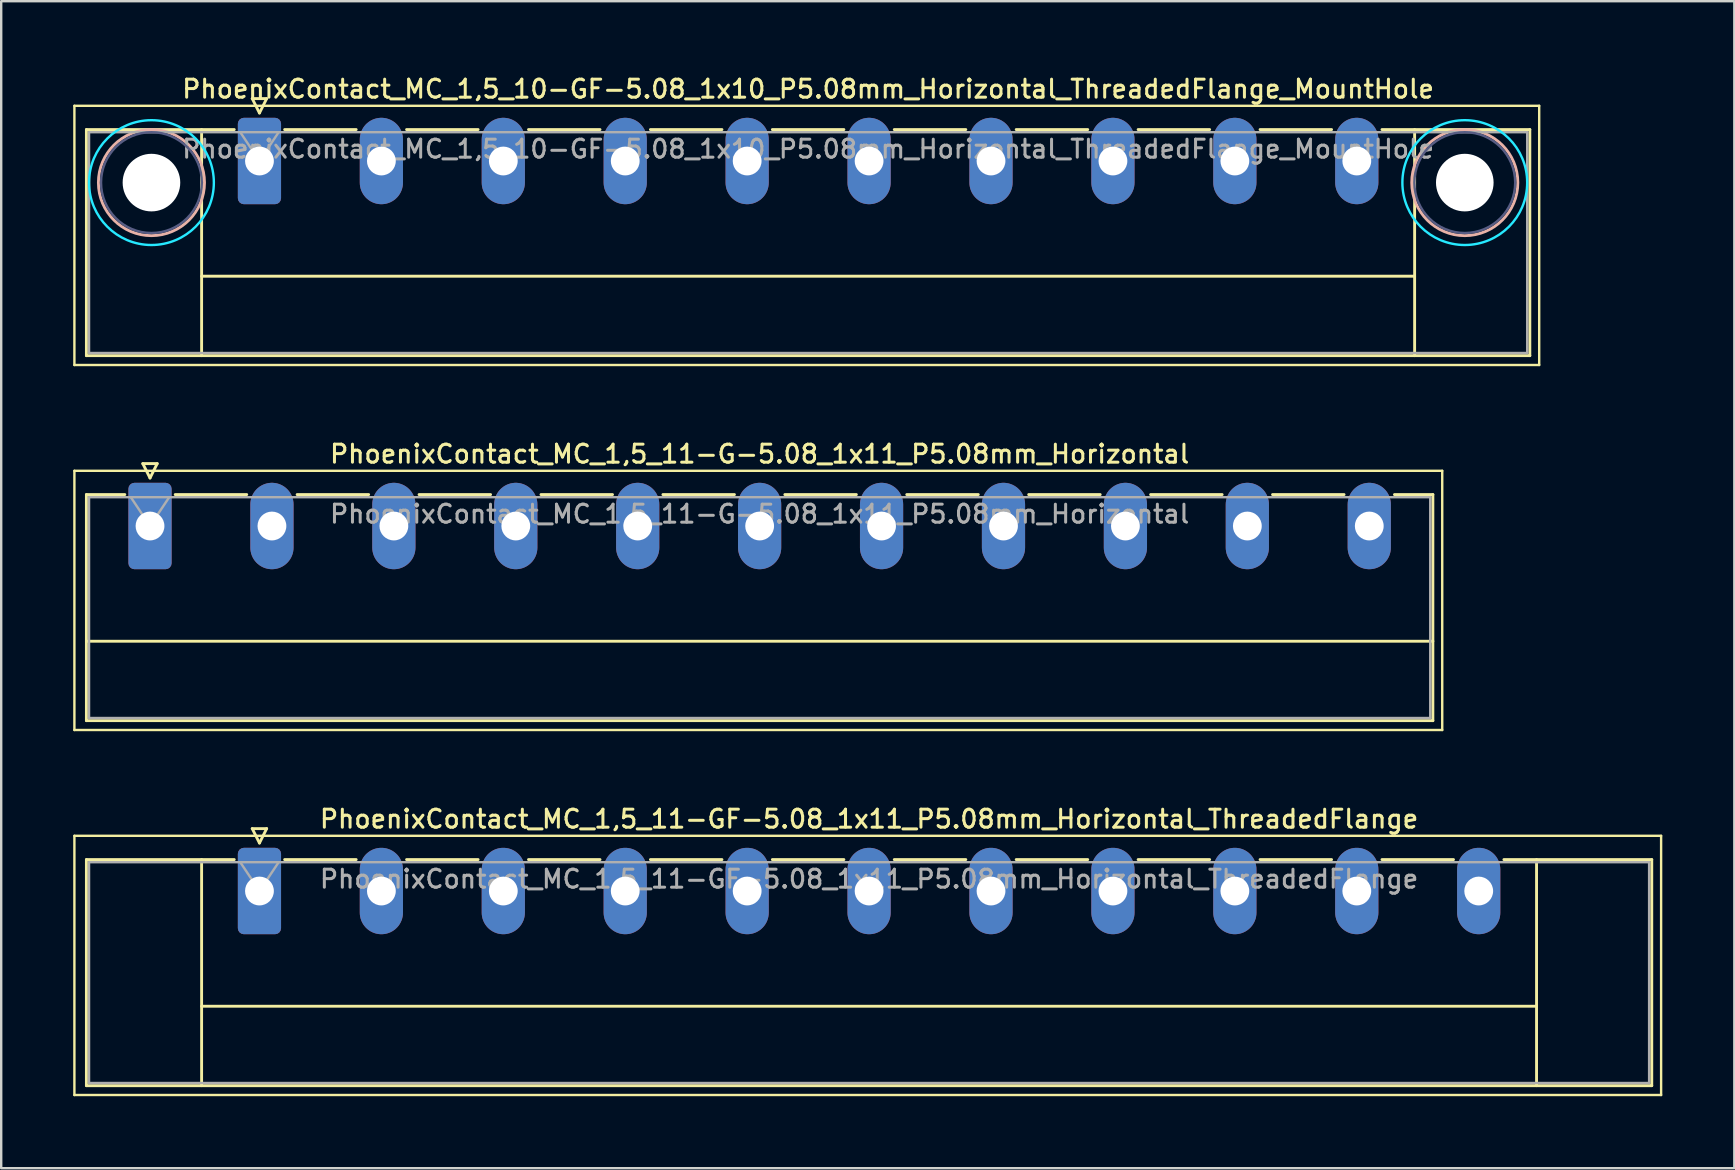
<source format=kicad_pcb>
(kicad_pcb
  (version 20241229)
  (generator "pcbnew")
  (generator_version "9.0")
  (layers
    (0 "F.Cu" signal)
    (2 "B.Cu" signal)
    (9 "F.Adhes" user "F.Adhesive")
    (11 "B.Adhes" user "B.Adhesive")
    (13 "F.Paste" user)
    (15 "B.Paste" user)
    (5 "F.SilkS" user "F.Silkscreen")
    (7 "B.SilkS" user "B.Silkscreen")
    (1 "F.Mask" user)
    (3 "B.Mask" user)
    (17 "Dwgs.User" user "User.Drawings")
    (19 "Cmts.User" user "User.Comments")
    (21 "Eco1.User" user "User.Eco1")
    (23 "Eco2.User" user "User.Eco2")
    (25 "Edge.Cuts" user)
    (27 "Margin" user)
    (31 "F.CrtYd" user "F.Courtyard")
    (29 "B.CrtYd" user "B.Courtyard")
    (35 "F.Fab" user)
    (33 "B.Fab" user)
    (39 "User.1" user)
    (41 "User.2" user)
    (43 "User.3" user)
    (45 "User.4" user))
  (footprint "PhoenixContact_MC_1,5_10-GF-5.08_1x10_P5.08mm_Horizontal_ThreadedFlange_MountHole"
    (layer "F.Cu")
    (at 7.76 3.658)
    (property "Reference" "PhoenixContact_MC_1,5_10-GF-5.08_1x10_P5.08mm_Horizontal_ThreadedFlange_MountHole" (at 22.86 -3 0) (layer "F.SilkS") (effects (font (size 0.75 0.75) (thickness 0.125))))
    (attr through_hole)
    (fp_line (start -7.71 -2.3) (end -7.71 8.5) (stroke (width 0.1) (type solid)) (layer "F.SilkS"))
    (fp_line (start -7.71 8.5) (end 53.32 8.5) (stroke (width 0.1) (type solid)) (layer "F.SilkS"))
    (fp_line (start -7.21 -1.31) (end -7.21 8.11) (stroke (width 0.12) (type solid)) (layer "F.SilkS"))
    (fp_line (start -7.21 -1.31) (end -1.05 -1.31) (stroke (width 0.12) (type solid)) (layer "F.SilkS"))
    (fp_line (start -7.21 8.11) (end 52.93 8.11) (stroke (width 0.12) (type solid)) (layer "F.SilkS"))
    (fp_line (start -2.41 -1.31) (end -2.41 8.11) (stroke (width 0.12) (type solid)) (layer "F.SilkS"))
    (fp_line (start -2.41 4.8) (end 48.13 4.8) (stroke (width 0.12) (type solid)) (layer "F.SilkS"))
    (fp_line (start -0.3 -2.6) (end 0.3 -2.6) (stroke (width 0.12) (type solid)) (layer "F.SilkS"))
    (fp_line (start 0 -2) (end -0.3 -2.6) (stroke (width 0.12) (type solid)) (layer "F.SilkS"))
    (fp_line (start 0.3 -2.6) (end 0 -2) (stroke (width 0.12) (type solid)) (layer "F.SilkS"))
    (fp_line (start 1.05 -1.31) (end 4.03 -1.31) (stroke (width 0.12) (type solid)) (layer "F.SilkS"))
    (fp_line (start 6.13 -1.31) (end 9.11 -1.31) (stroke (width 0.12) (type solid)) (layer "F.SilkS"))
    (fp_line (start 11.21 -1.31) (end 14.19 -1.31) (stroke (width 0.12) (type solid)) (layer "F.SilkS"))
    (fp_line (start 16.29 -1.31) (end 19.27 -1.31) (stroke (width 0.12) (type solid)) (layer "F.SilkS"))
    (fp_line (start 21.37 -1.31) (end 24.35 -1.31) (stroke (width 0.12) (type solid)) (layer "F.SilkS"))
    (fp_line (start 26.45 -1.31) (end 29.43 -1.31) (stroke (width 0.12) (type solid)) (layer "F.SilkS"))
    (fp_line (start 31.53 -1.31) (end 34.51 -1.31) (stroke (width 0.12) (type solid)) (layer "F.SilkS"))
    (fp_line (start 36.61 -1.31) (end 39.59 -1.31) (stroke (width 0.12) (type solid)) (layer "F.SilkS"))
    (fp_line (start 41.69 -1.31) (end 44.67 -1.31) (stroke (width 0.12) (type solid)) (layer "F.SilkS"))
    (fp_line (start 48.13 -1.31) (end 48.13 8.11) (stroke (width 0.12) (type solid)) (layer "F.SilkS"))
    (fp_line (start 52.93 -1.31) (end 46.77 -1.31) (stroke (width 0.12) (type solid)) (layer "F.SilkS"))
    (fp_line (start 52.93 8.11) (end 52.93 -1.31) (stroke (width 0.12) (type solid)) (layer "F.SilkS"))
    (fp_line (start 53.32 -2.3) (end -7.71 -2.3) (stroke (width 0.1) (type solid)) (layer "F.SilkS"))
    (fp_line (start 53.32 8.5) (end 53.32 -2.3) (stroke (width 0.1) (type solid)) (layer "F.SilkS"))
    (fp_circle (center -4.5 0.9) (end -2.29 0.9) (stroke (width 0.12) (type solid)) (fill no) (layer "B.SilkS"))
    (fp_circle (center 50.22 0.9) (end 52.43 0.9) (stroke (width 0.12) (type solid)) (fill no) (layer "B.SilkS"))
    (fp_circle (center -4.5 0.9) (end -1.9 0.9) (stroke (width 0.1) (type solid)) (fill no) (layer "B.CrtYd"))
    (fp_circle (center 50.22 0.9) (end 52.82 0.9) (stroke (width 0.1) (type solid)) (fill no) (layer "B.CrtYd"))
    (fp_circle (center -4.5 0.9) (end -2.4 0.9) (stroke (width 0.1) (type solid)) (fill no) (layer "B.Fab"))
    (fp_circle (center 50.22 0.9) (end 52.32 0.9) (stroke (width 0.1) (type solid)) (fill no) (layer "B.Fab"))
    (fp_line (start -7.1 -1.2) (end -7.1 8) (stroke (width 0.1) (type solid)) (layer "F.Fab"))
    (fp_line (start -7.1 8) (end 52.82 8) (stroke (width 0.1) (type solid)) (layer "F.Fab"))
    (fp_line (start 0 0) (end -0.8 -1.2) (stroke (width 0.1) (type solid)) (layer "F.Fab"))
    (fp_line (start 0.8 -1.2) (end 0 0) (stroke (width 0.1) (type solid)) (layer "F.Fab"))
    (fp_line (start 52.82 -1.2) (end -7.1 -1.2) (stroke (width 0.1) (type solid)) (layer "F.Fab"))
    (fp_line (start 52.82 8) (end 52.82 -1.2) (stroke (width 0.1) (type solid)) (layer "F.Fab"))
    (fp_text user "${REFERENCE}" (at 22.86 -0.5 0) (layer "F.Fab") (effects (font (size 0.75 0.75) (thickness 0.125))))
    (pad "" np_thru_hole circle (at -4.5 0.9) (size 2.4 2.4) (drill 2.4) (layers "*.Cu" "*.Mask"))
    (pad "" np_thru_hole circle (at 50.22 0.9) (size 2.4 2.4) (drill 2.4) (layers "*.Cu" "*.Mask"))
    (pad "1" thru_hole roundrect (at 0 0) (size 1.8 3.6) (drill 1.2) (layers "*.Cu" "*.Mask") (roundrect_rratio 0.139))
    (pad "2" thru_hole oval (at 5.08 0) (size 1.8 3.6) (drill 1.2) (layers "*.Cu" "*.Mask"))
    (pad "3" thru_hole oval (at 10.16 0) (size 1.8 3.6) (drill 1.2) (layers "*.Cu" "*.Mask"))
    (pad "4" thru_hole oval (at 15.24 0) (size 1.8 3.6) (drill 1.2) (layers "*.Cu" "*.Mask"))
    (pad "5" thru_hole oval (at 20.32 0) (size 1.8 3.6) (drill 1.2) (layers "*.Cu" "*.Mask"))
    (pad "6" thru_hole oval (at 25.4 0) (size 1.8 3.6) (drill 1.2) (layers "*.Cu" "*.Mask"))
    (pad "7" thru_hole oval (at 30.48 0) (size 1.8 3.6) (drill 1.2) (layers "*.Cu" "*.Mask"))
    (pad "8" thru_hole oval (at 35.56 0) (size 1.8 3.6) (drill 1.2) (layers "*.Cu" "*.Mask"))
    (pad "9" thru_hole oval (at 40.64 0) (size 1.8 3.6) (drill 1.2) (layers "*.Cu" "*.Mask"))
    (pad "10" thru_hole oval (at 45.72 0) (size 1.8 3.6) (drill 1.2) (layers "*.Cu" "*.Mask")))
  (footprint "PhoenixContact_MC_1,5_11-G-5.08_1x11_P5.08mm_Horizontal"
    (layer "F.Cu")
    (at 3.2 18.866)
    (property "Reference" "PhoenixContact_MC_1,5_11-G-5.08_1x11_P5.08mm_Horizontal" (at 25.4 -3 0) (layer "F.SilkS") (effects (font (size 0.75 0.75) (thickness 0.125))))
    (attr through_hole)
    (fp_line (start -3.15 -2.3) (end -3.15 8.5) (stroke (width 0.1) (type solid)) (layer "F.SilkS"))
    (fp_line (start -3.15 8.5) (end 53.84 8.5) (stroke (width 0.1) (type solid)) (layer "F.SilkS"))
    (fp_line (start -2.65 -1.31) (end -2.65 8.11) (stroke (width 0.12) (type solid)) (layer "F.SilkS"))
    (fp_line (start -2.65 -1.31) (end -1.05 -1.31) (stroke (width 0.12) (type solid)) (layer "F.SilkS"))
    (fp_line (start -2.65 4.8) (end 53.45 4.8) (stroke (width 0.12) (type solid)) (layer "F.SilkS"))
    (fp_line (start -2.65 8.11) (end 53.45 8.11) (stroke (width 0.12) (type solid)) (layer "F.SilkS"))
    (fp_line (start -0.3 -2.6) (end 0.3 -2.6) (stroke (width 0.12) (type solid)) (layer "F.SilkS"))
    (fp_line (start 0 -2) (end -0.3 -2.6) (stroke (width 0.12) (type solid)) (layer "F.SilkS"))
    (fp_line (start 0.3 -2.6) (end 0 -2) (stroke (width 0.12) (type solid)) (layer "F.SilkS"))
    (fp_line (start 1.05 -1.31) (end 4.03 -1.31) (stroke (width 0.12) (type solid)) (layer "F.SilkS"))
    (fp_line (start 6.13 -1.31) (end 9.11 -1.31) (stroke (width 0.12) (type solid)) (layer "F.SilkS"))
    (fp_line (start 11.21 -1.31) (end 14.19 -1.31) (stroke (width 0.12) (type solid)) (layer "F.SilkS"))
    (fp_line (start 16.29 -1.31) (end 19.27 -1.31) (stroke (width 0.12) (type solid)) (layer "F.SilkS"))
    (fp_line (start 21.37 -1.31) (end 24.35 -1.31) (stroke (width 0.12) (type solid)) (layer "F.SilkS"))
    (fp_line (start 26.45 -1.31) (end 29.43 -1.31) (stroke (width 0.12) (type solid)) (layer "F.SilkS"))
    (fp_line (start 31.53 -1.31) (end 34.51 -1.31) (stroke (width 0.12) (type solid)) (layer "F.SilkS"))
    (fp_line (start 36.61 -1.31) (end 39.59 -1.31) (stroke (width 0.12) (type solid)) (layer "F.SilkS"))
    (fp_line (start 41.69 -1.31) (end 44.67 -1.31) (stroke (width 0.12) (type solid)) (layer "F.SilkS"))
    (fp_line (start 46.77 -1.31) (end 49.75 -1.31) (stroke (width 0.12) (type solid)) (layer "F.SilkS"))
    (fp_line (start 53.45 -1.31) (end 51.85 -1.31) (stroke (width 0.12) (type solid)) (layer "F.SilkS"))
    (fp_line (start 53.45 8.11) (end 53.45 -1.31) (stroke (width 0.12) (type solid)) (layer "F.SilkS"))
    (fp_line (start 53.84 -2.3) (end -3.15 -2.3) (stroke (width 0.1) (type solid)) (layer "F.SilkS"))
    (fp_line (start 53.84 8.5) (end 53.84 -2.3) (stroke (width 0.1) (type solid)) (layer "F.SilkS"))
    (fp_line (start -2.54 -1.2) (end -2.54 8) (stroke (width 0.1) (type solid)) (layer "F.Fab"))
    (fp_line (start -2.54 8) (end 53.34 8) (stroke (width 0.1) (type solid)) (layer "F.Fab"))
    (fp_line (start 0 0) (end -0.8 -1.2) (stroke (width 0.1) (type solid)) (layer "F.Fab"))
    (fp_line (start 0.8 -1.2) (end 0 0) (stroke (width 0.1) (type solid)) (layer "F.Fab"))
    (fp_line (start 53.34 -1.2) (end -2.54 -1.2) (stroke (width 0.1) (type solid)) (layer "F.Fab"))
    (fp_line (start 53.34 8) (end 53.34 -1.2) (stroke (width 0.1) (type solid)) (layer "F.Fab"))
    (fp_text user "${REFERENCE}" (at 25.4 -0.5 0) (layer "F.Fab") (effects (font (size 0.75 0.75) (thickness 0.125))))
    (pad "1" thru_hole roundrect (at 0 0) (size 1.8 3.6) (drill 1.2) (layers "*.Cu" "*.Mask") (roundrect_rratio 0.139))
    (pad "2" thru_hole oval (at 5.08 0) (size 1.8 3.6) (drill 1.2) (layers "*.Cu" "*.Mask"))
    (pad "3" thru_hole oval (at 10.16 0) (size 1.8 3.6) (drill 1.2) (layers "*.Cu" "*.Mask"))
    (pad "4" thru_hole oval (at 15.24 0) (size 1.8 3.6) (drill 1.2) (layers "*.Cu" "*.Mask"))
    (pad "5" thru_hole oval (at 20.32 0) (size 1.8 3.6) (drill 1.2) (layers "*.Cu" "*.Mask"))
    (pad "6" thru_hole oval (at 25.4 0) (size 1.8 3.6) (drill 1.2) (layers "*.Cu" "*.Mask"))
    (pad "7" thru_hole oval (at 30.48 0) (size 1.8 3.6) (drill 1.2) (layers "*.Cu" "*.Mask"))
    (pad "8" thru_hole oval (at 35.56 0) (size 1.8 3.6) (drill 1.2) (layers "*.Cu" "*.Mask"))
    (pad "9" thru_hole oval (at 40.64 0) (size 1.8 3.6) (drill 1.2) (layers "*.Cu" "*.Mask"))
    (pad "10" thru_hole oval (at 45.72 0) (size 1.8 3.6) (drill 1.2) (layers "*.Cu" "*.Mask"))
    (pad "11" thru_hole oval (at 50.8 0) (size 1.8 3.6) (drill 1.2) (layers "*.Cu" "*.Mask")))
  (footprint "PhoenixContact_MC_1,5_11-GF-5.08_1x11_P5.08mm_Horizontal_ThreadedFlange"
    (layer "F.Cu")
    (at 7.76 34.074)
    (property "Reference" "PhoenixContact_MC_1,5_11-GF-5.08_1x11_P5.08mm_Horizontal_ThreadedFlange" (at 25.4 -3 0) (layer "F.SilkS") (effects (font (size 0.75 0.75) (thickness 0.125))))
    (attr through_hole)
    (fp_line (start -7.71 -2.3) (end -7.71 8.5) (stroke (width 0.1) (type solid)) (layer "F.SilkS"))
    (fp_line (start -7.71 8.5) (end 58.4 8.5) (stroke (width 0.1) (type solid)) (layer "F.SilkS"))
    (fp_line (start -7.21 -1.31) (end -7.21 8.11) (stroke (width 0.12) (type solid)) (layer "F.SilkS"))
    (fp_line (start -7.21 -1.31) (end -1.05 -1.31) (stroke (width 0.12) (type solid)) (layer "F.SilkS"))
    (fp_line (start -7.21 8.11) (end 58.01 8.11) (stroke (width 0.12) (type solid)) (layer "F.SilkS"))
    (fp_line (start -2.41 -1.31) (end -2.41 8.11) (stroke (width 0.12) (type solid)) (layer "F.SilkS"))
    (fp_line (start -2.41 4.8) (end 53.21 4.8) (stroke (width 0.12) (type solid)) (layer "F.SilkS"))
    (fp_line (start -0.3 -2.6) (end 0.3 -2.6) (stroke (width 0.12) (type solid)) (layer "F.SilkS"))
    (fp_line (start 0 -2) (end -0.3 -2.6) (stroke (width 0.12) (type solid)) (layer "F.SilkS"))
    (fp_line (start 0.3 -2.6) (end 0 -2) (stroke (width 0.12) (type solid)) (layer "F.SilkS"))
    (fp_line (start 1.05 -1.31) (end 4.03 -1.31) (stroke (width 0.12) (type solid)) (layer "F.SilkS"))
    (fp_line (start 6.13 -1.31) (end 9.11 -1.31) (stroke (width 0.12) (type solid)) (layer "F.SilkS"))
    (fp_line (start 11.21 -1.31) (end 14.19 -1.31) (stroke (width 0.12) (type solid)) (layer "F.SilkS"))
    (fp_line (start 16.29 -1.31) (end 19.27 -1.31) (stroke (width 0.12) (type solid)) (layer "F.SilkS"))
    (fp_line (start 21.37 -1.31) (end 24.35 -1.31) (stroke (width 0.12) (type solid)) (layer "F.SilkS"))
    (fp_line (start 26.45 -1.31) (end 29.43 -1.31) (stroke (width 0.12) (type solid)) (layer "F.SilkS"))
    (fp_line (start 31.53 -1.31) (end 34.51 -1.31) (stroke (width 0.12) (type solid)) (layer "F.SilkS"))
    (fp_line (start 36.61 -1.31) (end 39.59 -1.31) (stroke (width 0.12) (type solid)) (layer "F.SilkS"))
    (fp_line (start 41.69 -1.31) (end 44.67 -1.31) (stroke (width 0.12) (type solid)) (layer "F.SilkS"))
    (fp_line (start 46.77 -1.31) (end 49.75 -1.31) (stroke (width 0.12) (type solid)) (layer "F.SilkS"))
    (fp_line (start 53.21 -1.31) (end 53.21 8.11) (stroke (width 0.12) (type solid)) (layer "F.SilkS"))
    (fp_line (start 58.01 -1.31) (end 51.85 -1.31) (stroke (width 0.12) (type solid)) (layer "F.SilkS"))
    (fp_line (start 58.01 8.11) (end 58.01 -1.31) (stroke (width 0.12) (type solid)) (layer "F.SilkS"))
    (fp_line (start 58.4 -2.3) (end -7.71 -2.3) (stroke (width 0.1) (type solid)) (layer "F.SilkS"))
    (fp_line (start 58.4 8.5) (end 58.4 -2.3) (stroke (width 0.1) (type solid)) (layer "F.SilkS"))
    (fp_line (start -7.1 -1.2) (end -7.1 8) (stroke (width 0.1) (type solid)) (layer "F.Fab"))
    (fp_line (start -7.1 8) (end 57.9 8) (stroke (width 0.1) (type solid)) (layer "F.Fab"))
    (fp_line (start 0 0) (end -0.8 -1.2) (stroke (width 0.1) (type solid)) (layer "F.Fab"))
    (fp_line (start 0.8 -1.2) (end 0 0) (stroke (width 0.1) (type solid)) (layer "F.Fab"))
    (fp_line (start 57.9 -1.2) (end -7.1 -1.2) (stroke (width 0.1) (type solid)) (layer "F.Fab"))
    (fp_line (start 57.9 8) (end 57.9 -1.2) (stroke (width 0.1) (type solid)) (layer "F.Fab"))
    (fp_text user "${REFERENCE}" (at 25.4 -0.5 0) (layer "F.Fab") (effects (font (size 0.75 0.75) (thickness 0.125))))
    (pad "1" thru_hole roundrect (at 0 0) (size 1.8 3.6) (drill 1.2) (layers "*.Cu" "*.Mask") (roundrect_rratio 0.139))
    (pad "2" thru_hole oval (at 5.08 0) (size 1.8 3.6) (drill 1.2) (layers "*.Cu" "*.Mask"))
    (pad "3" thru_hole oval (at 10.16 0) (size 1.8 3.6) (drill 1.2) (layers "*.Cu" "*.Mask"))
    (pad "4" thru_hole oval (at 15.24 0) (size 1.8 3.6) (drill 1.2) (layers "*.Cu" "*.Mask"))
    (pad "5" thru_hole oval (at 20.32 0) (size 1.8 3.6) (drill 1.2) (layers "*.Cu" "*.Mask"))
    (pad "6" thru_hole oval (at 25.4 0) (size 1.8 3.6) (drill 1.2) (layers "*.Cu" "*.Mask"))
    (pad "7" thru_hole oval (at 30.48 0) (size 1.8 3.6) (drill 1.2) (layers "*.Cu" "*.Mask"))
    (pad "8" thru_hole oval (at 35.56 0) (size 1.8 3.6) (drill 1.2) (layers "*.Cu" "*.Mask"))
    (pad "9" thru_hole oval (at 40.64 0) (size 1.8 3.6) (drill 1.2) (layers "*.Cu" "*.Mask"))
    (pad "10" thru_hole oval (at 45.72 0) (size 1.8 3.6) (drill 1.2) (layers "*.Cu" "*.Mask"))
    (pad "11" thru_hole oval (at 50.8 0) (size 1.8 3.6) (drill 1.2) (layers "*.Cu" "*.Mask")))
  (gr_rect
    (start -3 -3)
    (end 69.21 45.624)
    (stroke (width 0.1) (type default))
    (fill no)
    (layer "Edge.Cuts")))
</source>
